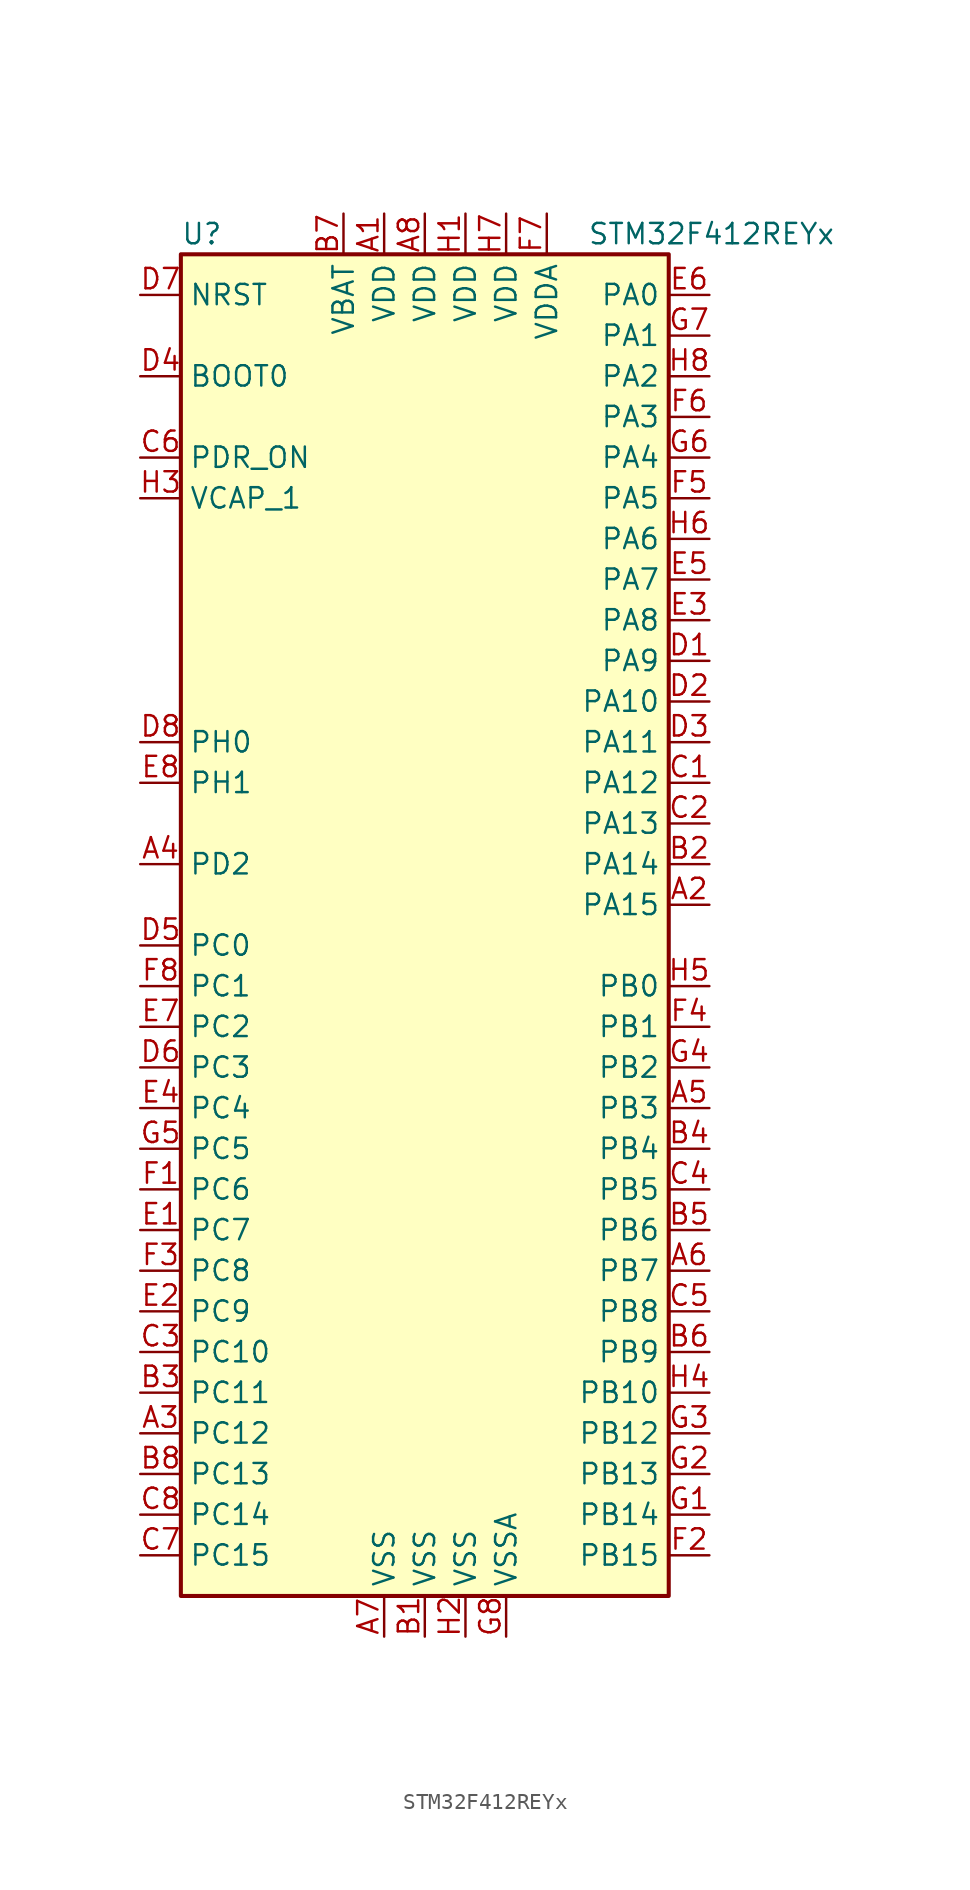
<source format=kicad_sym>
(kicad_symbol_lib
  (version 20211014)
  (generator kicad_symbol_editor)
  (symbol "STM32F412REYx"
    (property "Reference" "U"
      (at -15.24 41.91 0)
      (effects (font (size 1.27 1.27)) (justify left)))
    (property "Value" "STM32F412REYx"
      (at 10.16 41.91 0)
      (effects (font (size 1.27 1.27)) (justify left)))
    (symbol "STM32F412REYx_0_1"
      (rectangle (start -15.24 -43.18) (end 15.24 40.64) (stroke (width 0.254) (type default) (color 0 0 0 0)) (fill (type background))))
    (symbol "STM32F412REYx_1_1"
      (pin power_in line (at -2.54 43.18 270) (length 2.54) (name "VDD" (effects (font (size 1.27 1.27)))) (number "A1" (effects (font (size 1.27 1.27)))))
      (pin bidirectional line (at 17.78 0 180) (length 2.54) (name "PA15" (effects (font (size 1.27 1.27)))) (number "A2" (effects (font (size 1.27 1.27)))))
      (pin bidirectional line (at -17.78 -33.02 0) (length 2.54) (name "PC12" (effects (font (size 1.27 1.27)))) (number "A3" (effects (font (size 1.27 1.27)))))
      (pin bidirectional line (at -17.78 2.54 0) (length 2.54) (name "PD2" (effects (font (size 1.27 1.27)))) (number "A4" (effects (font (size 1.27 1.27)))))
      (pin bidirectional line (at 17.78 -12.7 180) (length 2.54) (name "PB3" (effects (font (size 1.27 1.27)))) (number "A5" (effects (font (size 1.27 1.27)))))
      (pin bidirectional line (at 17.78 -22.86 180) (length 2.54) (name "PB7" (effects (font (size 1.27 1.27)))) (number "A6" (effects (font (size 1.27 1.27)))))
      (pin power_in line (at -2.54 -45.72 90) (length 2.54) (name "VSS" (effects (font (size 1.27 1.27)))) (number "A7" (effects (font (size 1.27 1.27)))))
      (pin power_in line (at 0 43.18 270) (length 2.54) (name "VDD" (effects (font (size 1.27 1.27)))) (number "A8" (effects (font (size 1.27 1.27)))))
      (pin power_in line (at 0 -45.72 90) (length 2.54) (name "VSS" (effects (font (size 1.27 1.27)))) (number "B1" (effects (font (size 1.27 1.27)))))
      (pin bidirectional line (at 17.78 2.54 180) (length 2.54) (name "PA14" (effects (font (size 1.27 1.27)))) (number "B2" (effects (font (size 1.27 1.27)))))
      (pin bidirectional line (at -17.78 -30.48 0) (length 2.54) (name "PC11" (effects (font (size 1.27 1.27)))) (number "B3" (effects (font (size 1.27 1.27)))))
      (pin bidirectional line (at 17.78 -15.24 180) (length 2.54) (name "PB4" (effects (font (size 1.27 1.27)))) (number "B4" (effects (font (size 1.27 1.27)))))
      (pin bidirectional line (at 17.78 -20.32 180) (length 2.54) (name "PB6" (effects (font (size 1.27 1.27)))) (number "B5" (effects (font (size 1.27 1.27)))))
      (pin bidirectional line (at 17.78 -27.94 180) (length 2.54) (name "PB9" (effects (font (size 1.27 1.27)))) (number "B6" (effects (font (size 1.27 1.27)))))
      (pin power_in line (at -5.08 43.18 270) (length 2.54) (name "VBAT" (effects (font (size 1.27 1.27)))) (number "B7" (effects (font (size 1.27 1.27)))))
      (pin bidirectional line (at -17.78 -35.56 0) (length 2.54) (name "PC13" (effects (font (size 1.27 1.27)))) (number "B8" (effects (font (size 1.27 1.27)))))
      (pin bidirectional line (at 17.78 7.62 180) (length 2.54) (name "PA12" (effects (font (size 1.27 1.27)))) (number "C1" (effects (font (size 1.27 1.27)))))
      (pin bidirectional line (at 17.78 5.08 180) (length 2.54) (name "PA13" (effects (font (size 1.27 1.27)))) (number "C2" (effects (font (size 1.27 1.27)))))
      (pin bidirectional line (at -17.78 -27.94 0) (length 2.54) (name "PC10" (effects (font (size 1.27 1.27)))) (number "C3" (effects (font (size 1.27 1.27)))))
      (pin bidirectional line (at 17.78 -17.78 180) (length 2.54) (name "PB5" (effects (font (size 1.27 1.27)))) (number "C4" (effects (font (size 1.27 1.27)))))
      (pin bidirectional line (at 17.78 -25.4 180) (length 2.54) (name "PB8" (effects (font (size 1.27 1.27)))) (number "C5" (effects (font (size 1.27 1.27)))))
      (pin power_in line (at -17.78 27.94 0) (length 2.54) (name "PDR_ON" (effects (font (size 1.27 1.27)))) (number "C6" (effects (font (size 1.27 1.27)))))
      (pin bidirectional line (at -17.78 -40.64 0) (length 2.54) (name "PC15" (effects (font (size 1.27 1.27)))) (number "C7" (effects (font (size 1.27 1.27)))))
      (pin bidirectional line (at -17.78 -38.1 0) (length 2.54) (name "PC14" (effects (font (size 1.27 1.27)))) (number "C8" (effects (font (size 1.27 1.27)))))
      (pin bidirectional line (at 17.78 15.24 180) (length 2.54) (name "PA9" (effects (font (size 1.27 1.27)))) (number "D1" (effects (font (size 1.27 1.27)))))
      (pin bidirectional line (at 17.78 12.7 180) (length 2.54) (name "PA10" (effects (font (size 1.27 1.27)))) (number "D2" (effects (font (size 1.27 1.27)))))
      (pin bidirectional line (at 17.78 10.16 180) (length 2.54) (name "PA11" (effects (font (size 1.27 1.27)))) (number "D3" (effects (font (size 1.27 1.27)))))
      (pin input line (at -17.78 33.02 0) (length 2.54) (name "BOOT0" (effects (font (size 1.27 1.27)))) (number "D4" (effects (font (size 1.27 1.27)))))
      (pin bidirectional line (at -17.78 -2.54 0) (length 2.54) (name "PC0" (effects (font (size 1.27 1.27)))) (number "D5" (effects (font (size 1.27 1.27)))))
      (pin bidirectional line (at -17.78 -10.16 0) (length 2.54) (name "PC3" (effects (font (size 1.27 1.27)))) (number "D6" (effects (font (size 1.27 1.27)))))
      (pin input line (at -17.78 38.1 0) (length 2.54) (name "NRST" (effects (font (size 1.27 1.27)))) (number "D7" (effects (font (size 1.27 1.27)))))
      (pin input line (at -17.78 10.16 0) (length 2.54) (name "PH0" (effects (font (size 1.27 1.27)))) (number "D8" (effects (font (size 1.27 1.27)))))
      (pin bidirectional line (at -17.78 -20.32 0) (length 2.54) (name "PC7" (effects (font (size 1.27 1.27)))) (number "E1" (effects (font (size 1.27 1.27)))))
      (pin bidirectional line (at -17.78 -25.4 0) (length 2.54) (name "PC9" (effects (font (size 1.27 1.27)))) (number "E2" (effects (font (size 1.27 1.27)))))
      (pin bidirectional line (at 17.78 17.78 180) (length 2.54) (name "PA8" (effects (font (size 1.27 1.27)))) (number "E3" (effects (font (size 1.27 1.27)))))
      (pin bidirectional line (at -17.78 -12.7 0) (length 2.54) (name "PC4" (effects (font (size 1.27 1.27)))) (number "E4" (effects (font (size 1.27 1.27)))))
      (pin bidirectional line (at 17.78 20.32 180) (length 2.54) (name "PA7" (effects (font (size 1.27 1.27)))) (number "E5" (effects (font (size 1.27 1.27)))))
      (pin bidirectional line (at 17.78 38.1 180) (length 2.54) (name "PA0" (effects (font (size 1.27 1.27)))) (number "E6" (effects (font (size 1.27 1.27)))))
      (pin bidirectional line (at -17.78 -7.62 0) (length 2.54) (name "PC2" (effects (font (size 1.27 1.27)))) (number "E7" (effects (font (size 1.27 1.27)))))
      (pin input line (at -17.78 7.62 0) (length 2.54) (name "PH1" (effects (font (size 1.27 1.27)))) (number "E8" (effects (font (size 1.27 1.27)))))
      (pin bidirectional line (at -17.78 -17.78 0) (length 2.54) (name "PC6" (effects (font (size 1.27 1.27)))) (number "F1" (effects (font (size 1.27 1.27)))))
      (pin bidirectional line (at 17.78 -40.64 180) (length 2.54) (name "PB15" (effects (font (size 1.27 1.27)))) (number "F2" (effects (font (size 1.27 1.27)))))
      (pin bidirectional line (at -17.78 -22.86 0) (length 2.54) (name "PC8" (effects (font (size 1.27 1.27)))) (number "F3" (effects (font (size 1.27 1.27)))))
      (pin bidirectional line (at 17.78 -7.62 180) (length 2.54) (name "PB1" (effects (font (size 1.27 1.27)))) (number "F4" (effects (font (size 1.27 1.27)))))
      (pin bidirectional line (at 17.78 25.4 180) (length 2.54) (name "PA5" (effects (font (size 1.27 1.27)))) (number "F5" (effects (font (size 1.27 1.27)))))
      (pin bidirectional line (at 17.78 30.48 180) (length 2.54) (name "PA3" (effects (font (size 1.27 1.27)))) (number "F6" (effects (font (size 1.27 1.27)))))
      (pin power_in line (at 7.62 43.18 270) (length 2.54) (name "VDDA" (effects (font (size 1.27 1.27)))) (number "F7" (effects (font (size 1.27 1.27)))))
      (pin bidirectional line (at -17.78 -5.08 0) (length 2.54) (name "PC1" (effects (font (size 1.27 1.27)))) (number "F8" (effects (font (size 1.27 1.27)))))
      (pin bidirectional line (at 17.78 -38.1 180) (length 2.54) (name "PB14" (effects (font (size 1.27 1.27)))) (number "G1" (effects (font (size 1.27 1.27)))))
      (pin bidirectional line (at 17.78 -35.56 180) (length 2.54) (name "PB13" (effects (font (size 1.27 1.27)))) (number "G2" (effects (font (size 1.27 1.27)))))
      (pin bidirectional line (at 17.78 -33.02 180) (length 2.54) (name "PB12" (effects (font (size 1.27 1.27)))) (number "G3" (effects (font (size 1.27 1.27)))))
      (pin bidirectional line (at 17.78 -10.16 180) (length 2.54) (name "PB2" (effects (font (size 1.27 1.27)))) (number "G4" (effects (font (size 1.27 1.27)))))
      (pin bidirectional line (at -17.78 -15.24 0) (length 2.54) (name "PC5" (effects (font (size 1.27 1.27)))) (number "G5" (effects (font (size 1.27 1.27)))))
      (pin bidirectional line (at 17.78 27.94 180) (length 2.54) (name "PA4" (effects (font (size 1.27 1.27)))) (number "G6" (effects (font (size 1.27 1.27)))))
      (pin bidirectional line (at 17.78 35.56 180) (length 2.54) (name "PA1" (effects (font (size 1.27 1.27)))) (number "G7" (effects (font (size 1.27 1.27)))))
      (pin power_in line (at 5.08 -45.72 90) (length 2.54) (name "VSSA" (effects (font (size 1.27 1.27)))) (number "G8" (effects (font (size 1.27 1.27)))))
      (pin power_in line (at 2.54 43.18 270) (length 2.54) (name "VDD" (effects (font (size 1.27 1.27)))) (number "H1" (effects (font (size 1.27 1.27)))))
      (pin power_in line (at 2.54 -45.72 90) (length 2.54) (name "VSS" (effects (font (size 1.27 1.27)))) (number "H2" (effects (font (size 1.27 1.27)))))
      (pin power_in line (at -17.78 25.4 0) (length 2.54) (name "VCAP_1" (effects (font (size 1.27 1.27)))) (number "H3" (effects (font (size 1.27 1.27)))))
      (pin bidirectional line (at 17.78 -30.48 180) (length 2.54) (name "PB10" (effects (font (size 1.27 1.27)))) (number "H4" (effects (font (size 1.27 1.27)))))
      (pin bidirectional line (at 17.78 -5.08 180) (length 2.54) (name "PB0" (effects (font (size 1.27 1.27)))) (number "H5" (effects (font (size 1.27 1.27)))))
      (pin bidirectional line (at 17.78 22.86 180) (length 2.54) (name "PA6" (effects (font (size 1.27 1.27)))) (number "H6" (effects (font (size 1.27 1.27)))))
      (pin power_in line (at 5.08 43.18 270) (length 2.54) (name "VDD" (effects (font (size 1.27 1.27)))) (number "H7" (effects (font (size 1.27 1.27)))))
      (pin bidirectional line (at 17.78 33.02 180) (length 2.54) (name "PA2" (effects (font (size 1.27 1.27)))) (number "H8" (effects (font (size 1.27 1.27))))))))
</source>
